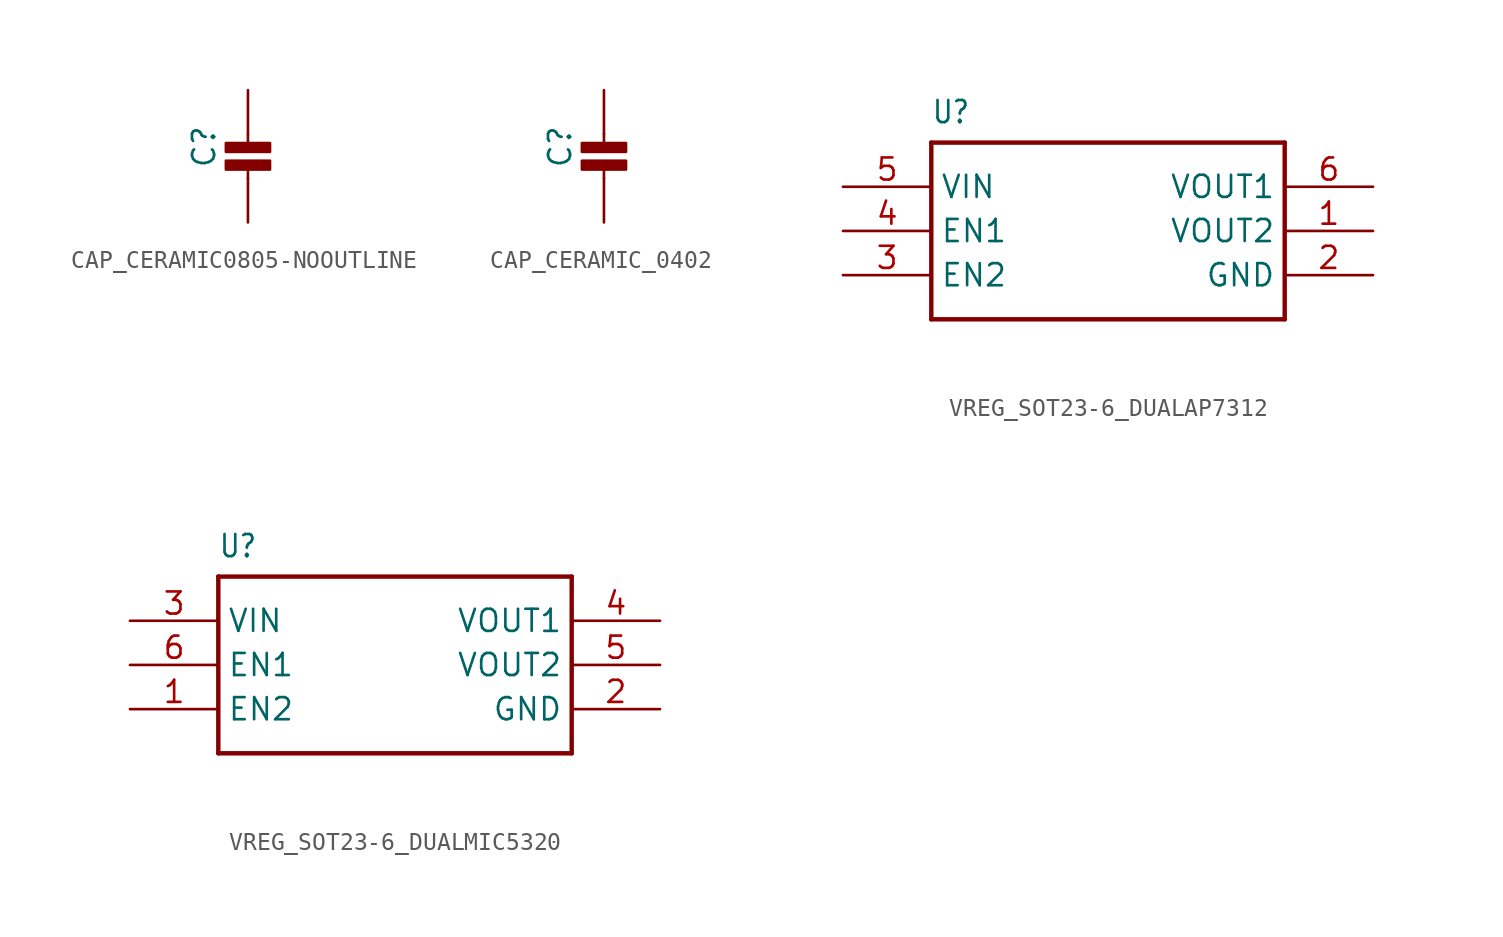
<source format=kicad_sym>
(kicad_symbol_lib
  (version 20231120)
  (generator "kicad_symbol_editor")
  (generator_version "8.0")
  (symbol "CAP_CERAMIC0805-NOOUTLINE"
    (property "Reference" "C"
      (at -1.79 0.54 90)
      (effects (font (size 1.27 1.27)) (justify left bottom)))
    (property "Value" ""
      (at 3 0.54 90)
      (effects (font (size 1.27 1.27)) (justify left bottom)))
    (property "ki_locked" ""
      (at 0 0 0)
      (effects (font (size 1.27 1.27))))
    (symbol "CAP_CERAMIC0805-NOOUTLINE_1_0"
      (rectangle (start -1.27 0.508) (end 1.27 1.016) (stroke (width 0) (type default)) (fill (type outline)))
      (rectangle (start -1.27 1.524) (end 1.27 2.032) (stroke (width 0) (type default)) (fill (type outline)))
      (polyline (pts (xy 0 0.762) (xy 0 0)) (stroke (width 0.152) (type solid)) (fill (type none)))
      (polyline (pts (xy 0 2.54) (xy 0 1.778)) (stroke (width 0.152) (type solid)) (fill (type none)))
      (pin passive line (at 0 5.08 270) (length 2.54) (name "1" (effects (font (size 0 0)))) (number "1" (effects (font (size 0 0)))))
      (pin passive line (at 0 -2.54 90) (length 2.54) (name "2" (effects (font (size 0 0)))) (number "2" (effects (font (size 0 0)))))))
  (symbol "CAP_CERAMIC_0402"
    (property "Reference" "C"
      (at -1.79 0.54 90)
      (effects (font (size 1.27 1.27)) (justify left bottom)))
    (property "Value" ""
      (at 3 0.54 90)
      (effects (font (size 1.27 1.27)) (justify left bottom)))
    (property "ki_locked" ""
      (at 0 0 0)
      (effects (font (size 1.27 1.27))))
    (symbol "CAP_CERAMIC_0402_1_0"
      (rectangle (start -1.27 0.508) (end 1.27 1.016) (stroke (width 0) (type default)) (fill (type outline)))
      (rectangle (start -1.27 1.524) (end 1.27 2.032) (stroke (width 0) (type default)) (fill (type outline)))
      (polyline (pts (xy 0 0.762) (xy 0 0)) (stroke (width 0.152) (type solid)) (fill (type none)))
      (polyline (pts (xy 0 2.54) (xy 0 1.778)) (stroke (width 0.152) (type solid)) (fill (type none)))
      (pin passive line (at 0 5.08 270) (length 2.54) (name "1" (effects (font (size 0 0)))) (number "1" (effects (font (size 0 0)))))
      (pin passive line (at 0 -2.54 90) (length 2.54) (name "2" (effects (font (size 0 0)))) (number "2" (effects (font (size 0 0)))))))
  (symbol "VREG_SOT23-6_DUALAP7312"
    (property "Reference" "U"
      (at -10.16 6.096 0)
      (effects (font (size 1.27 1.079)) (justify left bottom)))
    (property "Value" ""
      (at -10.16 -7.62 0)
      (effects (font (size 1.27 1.079)) (justify left bottom)))
    (property "ki_locked" ""
      (at 0 0 0)
      (effects (font (size 1.27 1.27))))
    (symbol "VREG_SOT23-6_DUALAP7312_1_0"
      (polyline (pts (xy -10.16 -5.08) (xy -10.16 5.08)) (stroke (width 0.254) (type solid)) (fill (type none)))
      (polyline (pts (xy -10.16 5.08) (xy 10.16 5.08)) (stroke (width 0.254) (type solid)) (fill (type none)))
      (polyline (pts (xy 10.16 -5.08) (xy -10.16 -5.08)) (stroke (width 0.254) (type solid)) (fill (type none)))
      (polyline (pts (xy 10.16 5.08) (xy 10.16 -5.08)) (stroke (width 0.254) (type solid)) (fill (type none)))
      (pin bidirectional line (at 15.24 0 180) (length 5.08) (name "VOUT2" (effects (font (size 1.27 1.27)))) (number "1" (effects (font (size 1.27 1.27)))))
      (pin bidirectional line (at 15.24 -2.54 180) (length 5.08) (name "GND" (effects (font (size 1.27 1.27)))) (number "2" (effects (font (size 1.27 1.27)))))
      (pin bidirectional line (at -15.24 -2.54 0) (length 5.08) (name "EN2" (effects (font (size 1.27 1.27)))) (number "3" (effects (font (size 1.27 1.27)))))
      (pin bidirectional line (at -15.24 0 0) (length 5.08) (name "EN1" (effects (font (size 1.27 1.27)))) (number "4" (effects (font (size 1.27 1.27)))))
      (pin bidirectional line (at -15.24 2.54 0) (length 5.08) (name "VIN" (effects (font (size 1.27 1.27)))) (number "5" (effects (font (size 1.27 1.27)))))
      (pin bidirectional line (at 15.24 2.54 180) (length 5.08) (name "VOUT1" (effects (font (size 1.27 1.27)))) (number "6" (effects (font (size 1.27 1.27)))))))
  (symbol "VREG_SOT23-6_DUALMIC5320"
    (property "Reference" "U"
      (at -10.16 6.096 0)
      (effects (font (size 1.27 1.079)) (justify left bottom)))
    (property "Value" ""
      (at -10.16 -7.62 0)
      (effects (font (size 1.27 1.079)) (justify left bottom)))
    (property "ki_locked" ""
      (at 0 0 0)
      (effects (font (size 1.27 1.27))))
    (symbol "VREG_SOT23-6_DUALMIC5320_1_0"
      (polyline (pts (xy -10.16 -5.08) (xy -10.16 5.08)) (stroke (width 0.254) (type solid)) (fill (type none)))
      (polyline (pts (xy -10.16 5.08) (xy 10.16 5.08)) (stroke (width 0.254) (type solid)) (fill (type none)))
      (polyline (pts (xy 10.16 -5.08) (xy -10.16 -5.08)) (stroke (width 0.254) (type solid)) (fill (type none)))
      (polyline (pts (xy 10.16 5.08) (xy 10.16 -5.08)) (stroke (width 0.254) (type solid)) (fill (type none)))
      (pin bidirectional line (at -15.24 -2.54 0) (length 5.08) (name "EN2" (effects (font (size 1.27 1.27)))) (number "1" (effects (font (size 1.27 1.27)))))
      (pin bidirectional line (at 15.24 -2.54 180) (length 5.08) (name "GND" (effects (font (size 1.27 1.27)))) (number "2" (effects (font (size 1.27 1.27)))))
      (pin bidirectional line (at -15.24 2.54 0) (length 5.08) (name "VIN" (effects (font (size 1.27 1.27)))) (number "3" (effects (font (size 1.27 1.27)))))
      (pin bidirectional line (at 15.24 2.54 180) (length 5.08) (name "VOUT1" (effects (font (size 1.27 1.27)))) (number "4" (effects (font (size 1.27 1.27)))))
      (pin bidirectional line (at 15.24 0 180) (length 5.08) (name "VOUT2" (effects (font (size 1.27 1.27)))) (number "5" (effects (font (size 1.27 1.27)))))
      (pin bidirectional line (at -15.24 0 0) (length 5.08) (name "EN1" (effects (font (size 1.27 1.27)))) (number "6" (effects (font (size 1.27 1.27))))))))
</source>
